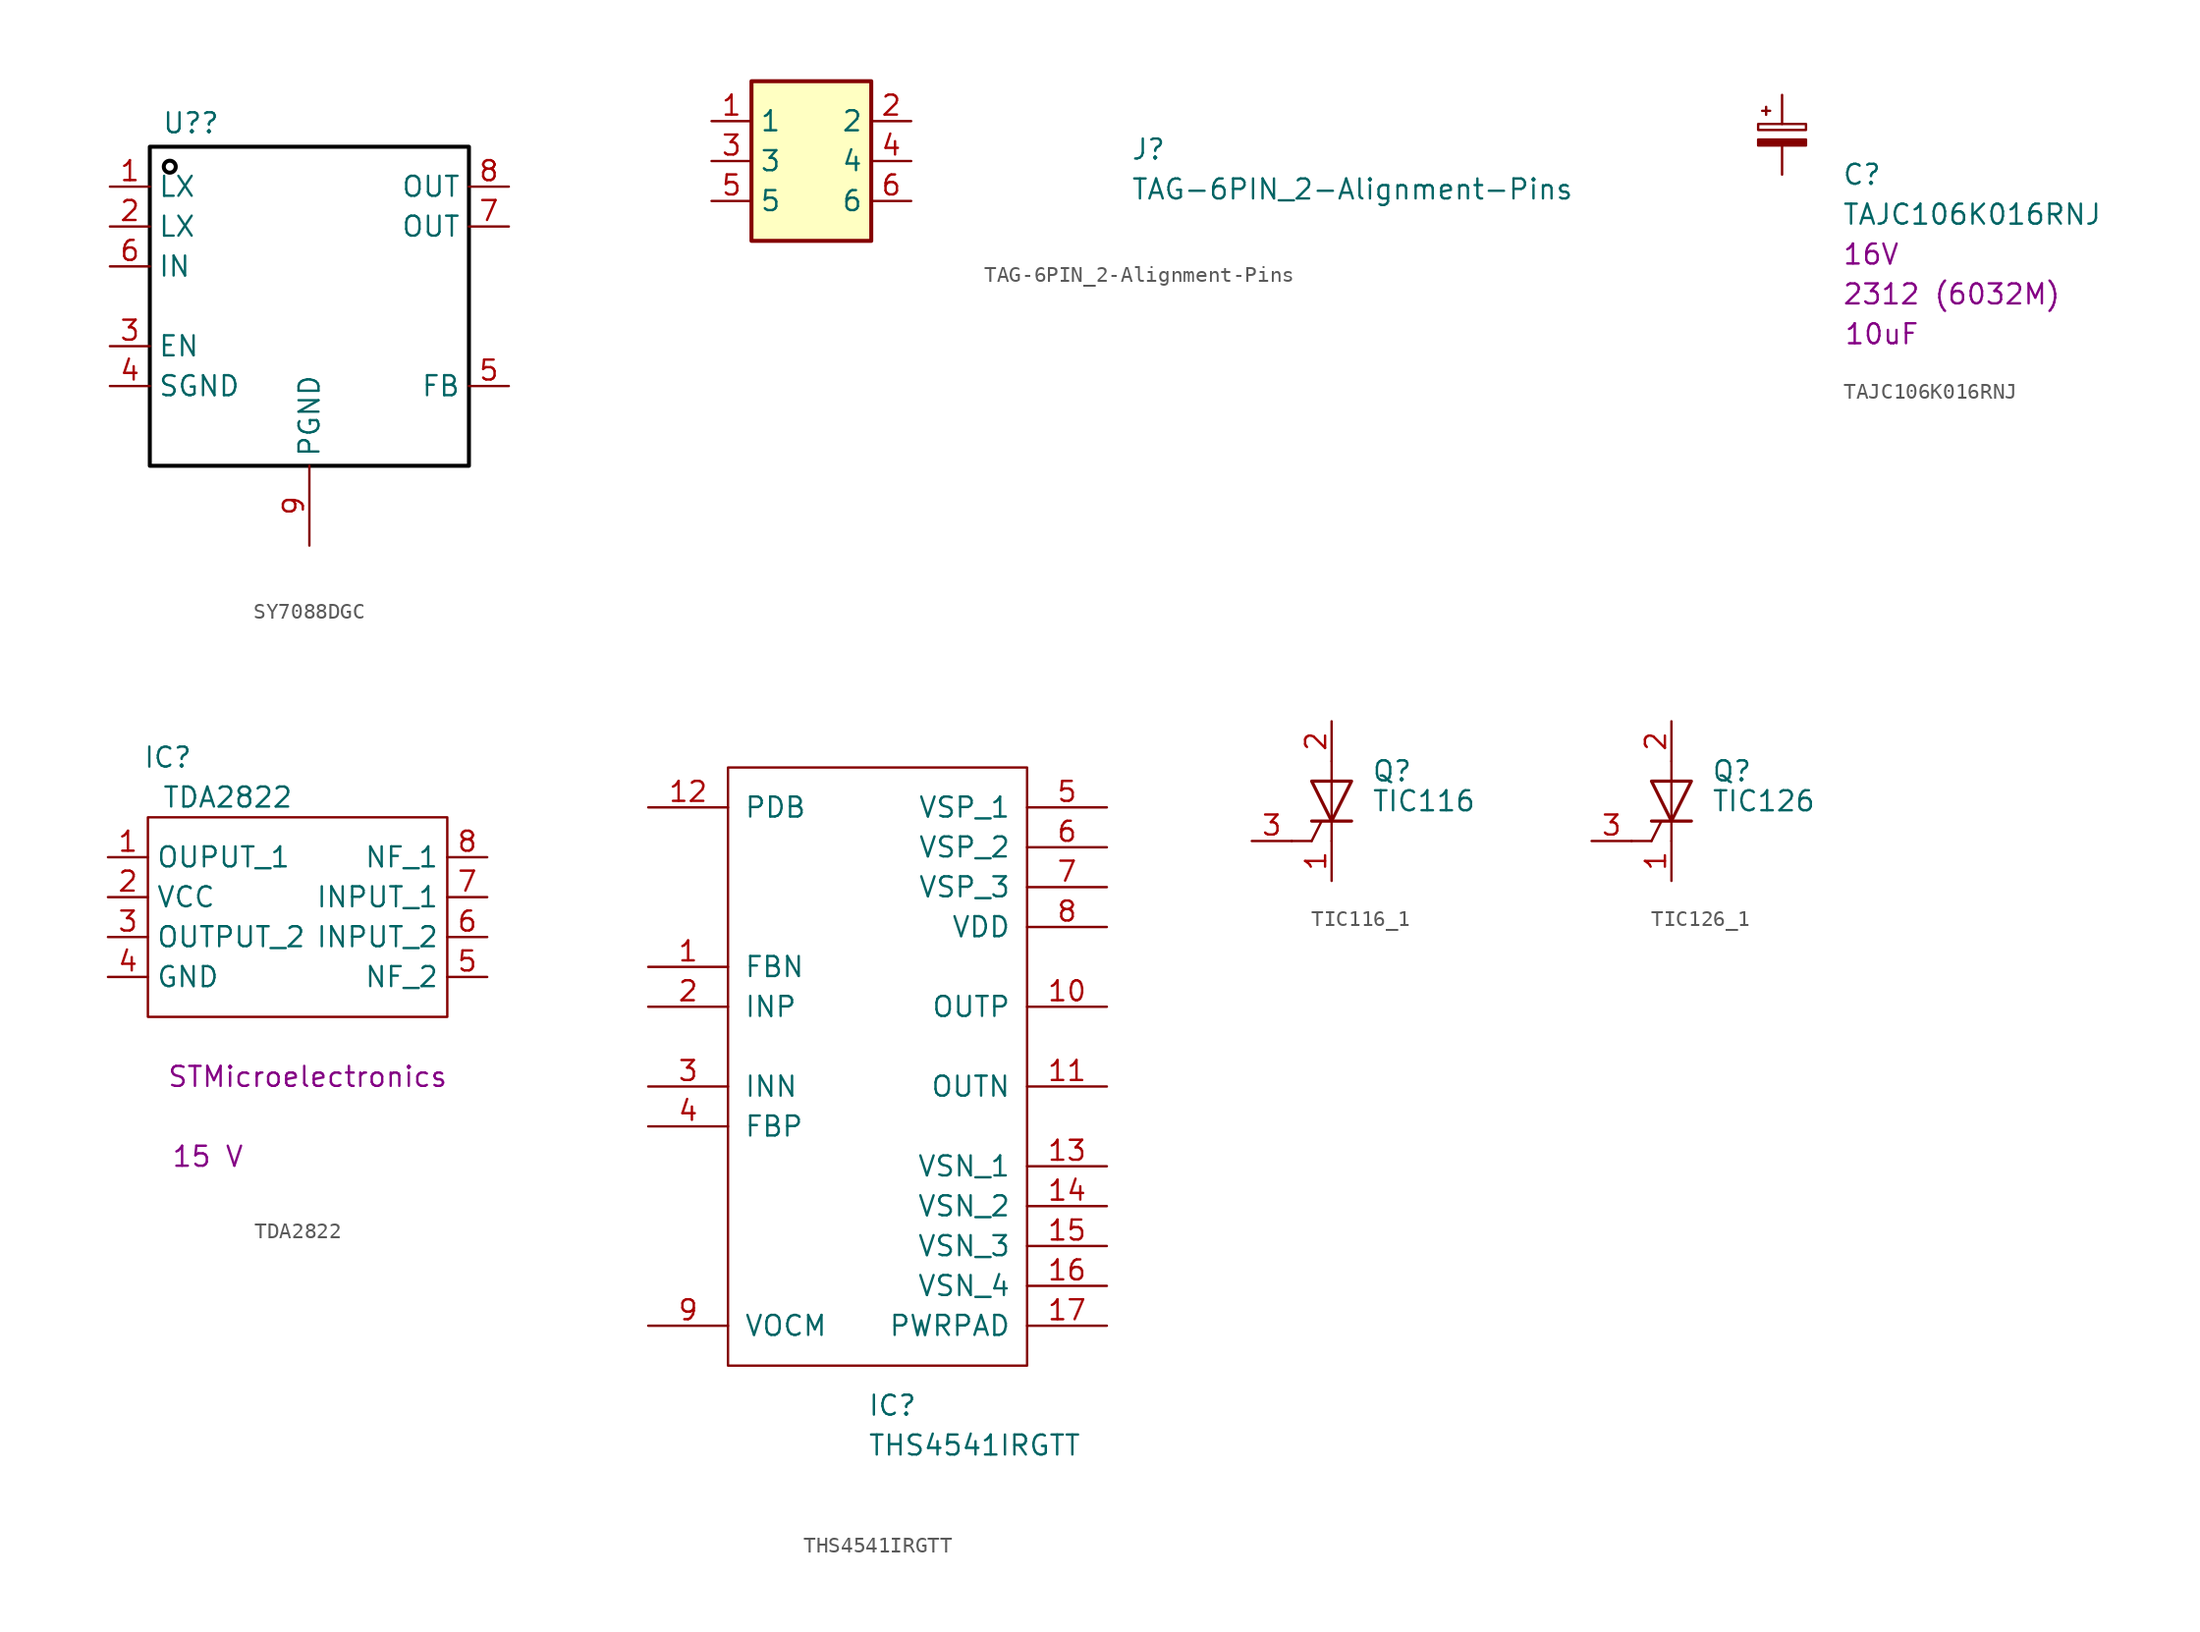
<source format=kicad_sym>
(kicad_symbol_lib
  (version 20231120)
  (generator "kicad_symbol_editor")
  (generator_version "8.0")
  (symbol "SY7088DGC"
    (property "Reference" "U?"
      (at -9.398 7.112 0)
      (effects (font (size 1.27 1.27)) (justify left bottom)))
    (symbol "SY7088DGC_1_0"
      (rectangle (start -10.16 6.35) (end 10.16 -13.97) (stroke (width 0.254) (type solid) (color 0 0 0 1)) (fill (type none)))
      (circle (center -8.89 5.08) (radius 0.381) (stroke (width 0.254) (type solid) (color 0 0 0 1)) (fill (type none)))
      (pin passive line (at -12.7 3.81 0) (length 2.54) (name "LX" (effects (font (size 1.27 1.27)))) (number "1" (effects (font (size 1.27 1.27)))))
      (pin passive line (at -12.7 1.27 0) (length 2.54) (name "LX" (effects (font (size 1.27 1.27)))) (number "2" (effects (font (size 1.27 1.27)))))
      (pin passive line (at -12.7 -6.35 0) (length 2.54) (name "EN" (effects (font (size 1.27 1.27)))) (number "3" (effects (font (size 1.27 1.27)))))
      (pin passive line (at -12.7 -8.89 0) (length 2.54) (name "SGND" (effects (font (size 1.27 1.27)))) (number "4" (effects (font (size 1.27 1.27)))))
      (pin passive line (at 12.7 -8.89 180) (length 2.54) (name "FB" (effects (font (size 1.27 1.27)))) (number "5" (effects (font (size 1.27 1.27)))))
      (pin passive line (at -12.7 -1.27 0) (length 2.54) (name "IN" (effects (font (size 1.27 1.27)))) (number "6" (effects (font (size 1.27 1.27)))))
      (pin passive line (at 12.7 1.27 180) (length 2.54) (name "OUT" (effects (font (size 1.27 1.27)))) (number "7" (effects (font (size 1.27 1.27)))))
      (pin passive line (at 12.7 3.81 180) (length 2.54) (name "OUT" (effects (font (size 1.27 1.27)))) (number "8" (effects (font (size 1.27 1.27)))))
      (pin passive line (at 0 -19.05 90) (length 5.08) (name "PGND" (effects (font (size 1.27 1.27)))) (number "9" (effects (font (size 1.27 1.27)))))))
  (symbol "TAG-6PIN_2-Alignment-Pins"
    (property "Reference" "J"
      (at 26.67 -2.54 0)
      (effects (font (size 1.27 1.27) (thickness 0.15)) (justify left bottom)))
    (property "Value" "TAG-6PIN_2-Alignment-Pins"
      (at 26.67 -5.08 0)
      (effects (font (size 1.27 1.27) (thickness 0.15)) (justify left bottom)))
    (symbol "TAG-6PIN_2-Alignment-Pins_1_1"
      (rectangle (start 10.16 2.54) (end 2.54 -7.62) (stroke (width 0.254) (type default)) (fill (type background)))
      (pin passive line (at 0 0 0) (length 2.54) (name "1" (effects (font (size 1.27 1.27)))) (number "1" (effects (font (size 1.27 1.27)))))
      (pin passive line (at 12.7 0 180) (length 2.54) (name "2" (effects (font (size 1.27 1.27)))) (number "2" (effects (font (size 1.27 1.27)))))
      (pin passive line (at 0 -2.54 0) (length 2.54) (name "3" (effects (font (size 1.27 1.27)))) (number "3" (effects (font (size 1.27 1.27)))))
      (pin passive line (at 12.7 -2.54 180) (length 2.54) (name "4" (effects (font (size 1.27 1.27)))) (number "4" (effects (font (size 1.27 1.27)))))
      (pin passive line (at 0 -5.08 0) (length 2.54) (name "5" (effects (font (size 1.27 1.27)))) (number "5" (effects (font (size 1.27 1.27)))))
      (pin passive line (at 12.7 -5.08 180) (length 2.54) (name "6" (effects (font (size 1.27 1.27)))) (number "6" (effects (font (size 1.27 1.27)))))))
  (symbol "TAJC106K016RNJ"
    (pin_numbers hide)
    (pin_names
      (offset 0.254) hide)
    (property "Reference" "C"
      (at 3.81 -2.54 0)
      (effects (font (size 1.27 1.27)) (justify left)))
    (property "Value" "TAJC106K016RNJ"
      (at 3.81 -5.08 0)
      (effects (font (size 1.27 1.27)) (justify left)))
    (property "Field4" "2312 (6032M)"
      (at 3.81 -10.16 0)
      (effects (font (size 1.27 1.27)) (justify left)))
    (property "Field6" "16V"
      (at 3.81 -7.62 0)
      (effects (font (size 1.27 1.27)) (justify left)))
    (property "Field7" "10uF"
      (at 6.35 -12.7 0)
      (effects (font (size 1.27 1.27))))
    (symbol "TAJC106K016RNJ_0_1"
      (rectangle (start -1.524 -0.305) (end 1.524 -0.686) (stroke (width 0) (type default)) (fill (type outline)))
      (rectangle (start -1.524 0.686) (end 1.524 0.305) (stroke (width 0) (type default)) (fill (type none)))
      (polyline (pts (xy -1.27 1.524) (xy -0.762 1.524)) (stroke (width 0) (type default)) (fill (type none)))
      (polyline (pts (xy -1.016 1.27) (xy -1.016 1.778)) (stroke (width 0) (type default)) (fill (type none))))
    (symbol "TAJC106K016RNJ_1_1"
      (pin passive line (at 0 2.54 270) (length 1.854) (name "~" (effects (font (size 1.27 1.27)))) (number "1" (effects (font (size 1.27 1.27)))))
      (pin passive line (at 0 -2.54 90) (length 1.854) (name "~" (effects (font (size 1.27 1.27)))) (number "2" (effects (font (size 1.27 1.27)))))))
  (symbol "TDA2822"
    (property "Reference" "IC"
      (at 1.27 6.35 0)
      (effects (font (size 1.27 1.27))))
    (property "Value" "TDA2822"
      (at 5.08 3.81 0)
      (effects (font (size 1.27 1.27))))
    (property "Supply Voltage - Max:" "15 V"
      (at 3.81 -19.05 0)
      (effects (font (size 1.27 1.27))))
    (property "MPN" "STMicroelectronics"
      (at 10.16 -13.97 0)
      (effects (font (size 1.27 1.27))))
    (symbol "TDA2822_0_1"
      (rectangle (start 0 2.54) (end 19.05 -10.16) (stroke (width 0.152) (type default)) (fill (type none))))
    (symbol "TDA2822_1_1"
      (pin output line (at -2.54 0 0) (length 2.54) (name "OUPUT_1" (effects (font (size 1.27 1.27)))) (number "1" (effects (font (size 1.27 1.27)))))
      (pin power_in line (at -2.54 -2.54 0) (length 2.54) (name "VCC" (effects (font (size 1.27 1.27)))) (number "2" (effects (font (size 1.27 1.27)))))
      (pin output line (at -2.54 -5.08 0) (length 2.54) (name "OUTPUT_2" (effects (font (size 1.27 1.27)))) (number "3" (effects (font (size 1.27 1.27)))))
      (pin power_in line (at -2.54 -7.62 0) (length 2.54) (name "GND" (effects (font (size 1.27 1.27)))) (number "4" (effects (font (size 1.27 1.27)))))
      (pin output line (at 21.59 -7.62 180) (length 2.54) (name "NF_2" (effects (font (size 1.27 1.27)))) (number "5" (effects (font (size 1.27 1.27)))))
      (pin input line (at 21.59 -5.08 180) (length 2.54) (name "INPUT_2" (effects (font (size 1.27 1.27)))) (number "6" (effects (font (size 1.27 1.27)))))
      (pin input line (at 21.59 -2.54 180) (length 2.54) (name "INPUT_1" (effects (font (size 1.27 1.27)))) (number "7" (effects (font (size 1.27 1.27)))))
      (pin output line (at 21.59 0 180) (length 2.54) (name "NF_1" (effects (font (size 1.27 1.27)))) (number "8" (effects (font (size 1.27 1.27)))))))
  (symbol "THS4541IRGTT"
    (pin_names
      (offset 1.016))
    (property "Reference" "IC"
      (at 1.27 -22.86 0)
      (effects (font (size 1.27 1.27)) (justify left)))
    (property "Value" "THS4541IRGTT"
      (at 1.27 -25.4 0)
      (effects (font (size 1.27 1.27)) (justify left)))
    (symbol "THS4541IRGTT_0_1"
      (rectangle (start 11.43 -20.32) (end -7.62 17.78) (stroke (width 0) (type default)) (fill (type none))))
    (symbol "THS4541IRGTT_1_1"
      (pin input line (at -12.7 5.08 0) (length 5.08) (name "FBN" (effects (font (size 1.27 1.27)))) (number "1" (effects (font (size 1.27 1.27)))))
      (pin output line (at 16.51 2.54 180) (length 5.08) (name "OUTP" (effects (font (size 1.27 1.27)))) (number "10" (effects (font (size 1.27 1.27)))))
      (pin output line (at 16.51 -2.54 180) (length 5.08) (name "OUTN" (effects (font (size 1.27 1.27)))) (number "11" (effects (font (size 1.27 1.27)))))
      (pin input line (at -12.7 15.24 0) (length 5.08) (name "PDB" (effects (font (size 1.27 1.27)))) (number "12" (effects (font (size 1.27 1.27)))))
      (pin power_in line (at 16.51 -7.62 180) (length 5.08) (name "VSN_1" (effects (font (size 1.27 1.27)))) (number "13" (effects (font (size 1.27 1.27)))))
      (pin power_in line (at 16.51 -10.16 180) (length 5.08) (name "VSN_2" (effects (font (size 1.27 1.27)))) (number "14" (effects (font (size 1.27 1.27)))))
      (pin power_in line (at 16.51 -12.7 180) (length 5.08) (name "VSN_3" (effects (font (size 1.27 1.27)))) (number "15" (effects (font (size 1.27 1.27)))))
      (pin power_in line (at 16.51 -15.24 180) (length 5.08) (name "VSN_4" (effects (font (size 1.27 1.27)))) (number "16" (effects (font (size 1.27 1.27)))))
      (pin power_in line (at 16.51 -17.78 180) (length 5.08) (name "PWRPAD" (effects (font (size 1.27 1.27)))) (number "17" (effects (font (size 1.27 1.27)))))
      (pin input line (at -12.7 2.54 0) (length 5.08) (name "INP" (effects (font (size 1.27 1.27)))) (number "2" (effects (font (size 1.27 1.27)))))
      (pin input line (at -12.7 -2.54 0) (length 5.08) (name "INN" (effects (font (size 1.27 1.27)))) (number "3" (effects (font (size 1.27 1.27)))))
      (pin input line (at -12.7 -5.08 0) (length 5.08) (name "FBP" (effects (font (size 1.27 1.27)))) (number "4" (effects (font (size 1.27 1.27)))))
      (pin power_in line (at 16.51 15.24 180) (length 5.08) (name "VSP_1" (effects (font (size 1.27 1.27)))) (number "5" (effects (font (size 1.27 1.27)))))
      (pin power_in line (at 16.51 12.7 180) (length 5.08) (name "VSP_2" (effects (font (size 1.27 1.27)))) (number "6" (effects (font (size 1.27 1.27)))))
      (pin power_in line (at 16.51 10.16 180) (length 5.08) (name "VSP_3" (effects (font (size 1.27 1.27)))) (number "7" (effects (font (size 1.27 1.27)))))
      (pin power_in line (at 16.51 7.62 180) (length 5.08) (name "VDD" (effects (font (size 1.27 1.27)))) (number "8" (effects (font (size 1.27 1.27)))))
      (pin input line (at -12.7 -17.78 0) (length 5.08) (name "VOCM" (effects (font (size 1.27 1.27)))) (number "9" (effects (font (size 1.27 1.27)))))))
  (symbol "TIC116_1"
    (pin_names
      (offset 0) hide)
    (property "Reference" "Q"
      (at 2.54 1.905 0)
      (effects (font (size 1.27 1.27)) (justify left)))
    (property "Value" "TIC116"
      (at 2.54 0 0)
      (effects (font (size 1.27 1.27)) (justify left)))
    (symbol "TIC116_1_0_1"
      (polyline (pts (xy -1.27 -2.54) (xy -2.54 -2.54)) (stroke (width 0) (type default)) (fill (type none)))
      (polyline (pts (xy -1.27 -2.54) (xy -0.635 -1.27)) (stroke (width 0) (type default)) (fill (type none)))
      (polyline (pts (xy -1.27 -1.27) (xy 1.27 -1.27)) (stroke (width 0.203) (type default)) (fill (type none)))
      (polyline (pts (xy 0 -2.54) (xy 0 2.54)) (stroke (width 0) (type default)) (fill (type none)))
      (polyline (pts (xy -1.27 1.27) (xy 1.27 1.27) (xy 0 -1.27) (xy -1.27 1.27)) (stroke (width 0.203) (type default)) (fill (type none))))
    (symbol "TIC116_1_1_1"
      (pin passive line (at 0 -5.08 90) (length 2.54) (name "K" (effects (font (size 1.27 1.27)))) (number "1" (effects (font (size 1.27 1.27)))))
      (pin passive line (at 0 5.08 270) (length 2.54) (name "A" (effects (font (size 1.27 1.27)))) (number "2" (effects (font (size 1.27 1.27)))))
      (pin input line (at -5.08 -2.54 0) (length 2.54) (name "G" (effects (font (size 1.27 1.27)))) (number "3" (effects (font (size 1.27 1.27)))))))
  (symbol "TIC126_1"
    (pin_names
      (offset 0) hide)
    (property "Reference" "Q"
      (at 2.54 1.905 0)
      (effects (font (size 1.27 1.27)) (justify left)))
    (property "Value" "TIC126"
      (at 2.54 0 0)
      (effects (font (size 1.27 1.27)) (justify left)))
    (symbol "TIC126_1_0_1"
      (polyline (pts (xy -1.27 -2.54) (xy -2.54 -2.54)) (stroke (width 0) (type default)) (fill (type none)))
      (polyline (pts (xy -1.27 -2.54) (xy -0.635 -1.27)) (stroke (width 0) (type default)) (fill (type none)))
      (polyline (pts (xy -1.27 -1.27) (xy 1.27 -1.27)) (stroke (width 0.203) (type default)) (fill (type none)))
      (polyline (pts (xy 0 -2.54) (xy 0 2.54)) (stroke (width 0) (type default)) (fill (type none)))
      (polyline (pts (xy -1.27 1.27) (xy 1.27 1.27) (xy 0 -1.27) (xy -1.27 1.27)) (stroke (width 0.203) (type default)) (fill (type none))))
    (symbol "TIC126_1_1_1"
      (pin passive line (at 0 -5.08 90) (length 2.54) (name "K" (effects (font (size 1.27 1.27)))) (number "1" (effects (font (size 1.27 1.27)))))
      (pin passive line (at 0 5.08 270) (length 2.54) (name "A" (effects (font (size 1.27 1.27)))) (number "2" (effects (font (size 1.27 1.27)))))
      (pin input line (at -5.08 -2.54 0) (length 2.54) (name "G" (effects (font (size 1.27 1.27)))) (number "3" (effects (font (size 1.27 1.27))))))))
</source>
